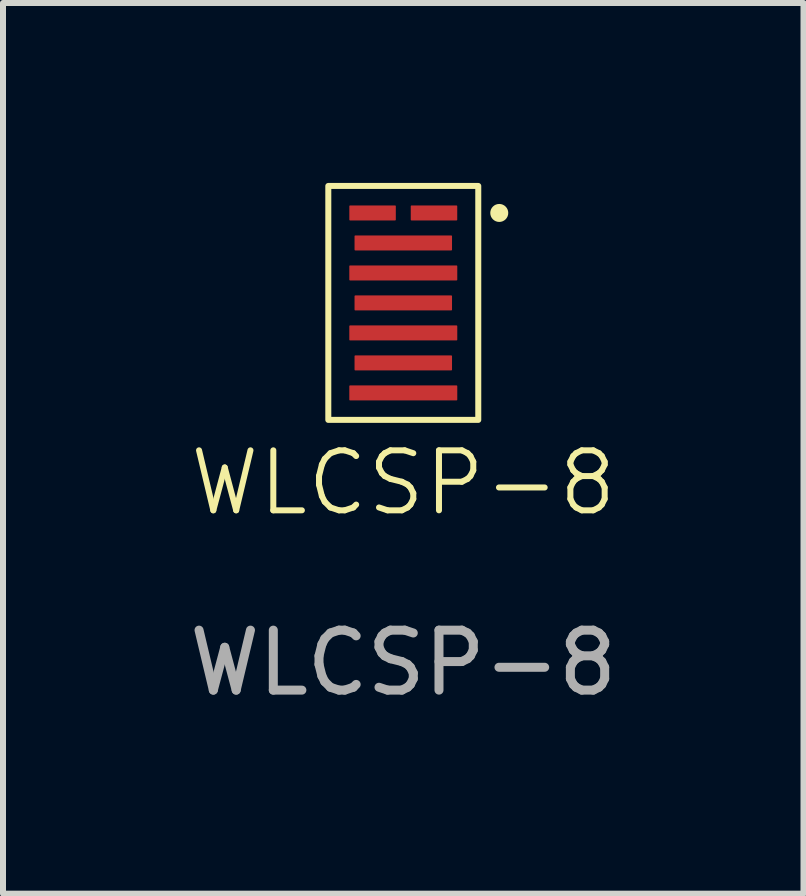
<source format=kicad_pcb>
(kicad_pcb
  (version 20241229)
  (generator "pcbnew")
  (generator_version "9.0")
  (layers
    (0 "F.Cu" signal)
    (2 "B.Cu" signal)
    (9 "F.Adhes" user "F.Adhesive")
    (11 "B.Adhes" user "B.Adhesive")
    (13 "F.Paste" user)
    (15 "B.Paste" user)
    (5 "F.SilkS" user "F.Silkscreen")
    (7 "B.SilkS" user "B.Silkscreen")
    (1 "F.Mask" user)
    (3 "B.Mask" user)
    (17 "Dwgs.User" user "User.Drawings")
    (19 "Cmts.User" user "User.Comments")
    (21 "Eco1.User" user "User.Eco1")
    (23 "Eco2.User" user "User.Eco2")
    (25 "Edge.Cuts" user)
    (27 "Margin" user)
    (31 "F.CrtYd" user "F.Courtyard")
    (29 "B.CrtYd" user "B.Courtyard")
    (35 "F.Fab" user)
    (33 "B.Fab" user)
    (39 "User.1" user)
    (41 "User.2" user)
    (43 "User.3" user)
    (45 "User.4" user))
  (footprint "WLCSP-8"
    (layer "F.Cu")
    (at 3.673 2)
    (property "Reference" "WLCSP-8" (at 0 3 0) (unlocked yes) (layer "F.SilkS") (effects (font (size 1 1) (thickness 0.1))))
    (attr smd)
    (fp_rect (start -1.25 -1.95) (end 1.25 1.95) (stroke (width 0.1) (type default)) (fill no) (layer "F.SilkS"))
    (fp_circle (center 1.6 -1.5) (end 1.7 -1.5) (stroke (width 0.1) (type solid)) (fill yes) (layer "F.SilkS"))
    (fp_text user "${REFERENCE}" (at 0 6 0) (unlocked yes) (layer "F.Fab") (effects (font (size 1 1) (thickness 0.15))))
    (pad "1" smd roundrect (at 0.512 -1.5) (size 0.775 0.25) (layers "F.Cu" "F.Mask" "F.Paste") (roundrect_rratio 0.05))
    (pad "2" smd roundrect (at -0.512 -1.5) (size 0.775 0.25) (layers "F.Cu" "F.Mask" "F.Paste") (roundrect_rratio 0.05))
    (pad "2" smd roundrect (at 0 -0.5) (size 1.8 0.25) (layers "F.Cu" "F.Mask" "F.Paste") (roundrect_rratio 0.05))
    (pad "2" smd roundrect (at 0 0.5) (size 1.8 0.25) (layers "F.Cu" "F.Mask" "F.Paste") (roundrect_rratio 0.05))
    (pad "2" smd roundrect (at 0 1.5) (size 1.8 0.25) (layers "F.Cu" "F.Mask" "F.Paste") (roundrect_rratio 0.05))
    (pad "3" smd roundrect (at 0 -1) (size 1.625 0.25) (layers "F.Cu" "F.Mask" "F.Paste") (roundrect_rratio 0.05))
    (pad "3" smd roundrect (at 0 0) (size 1.625 0.25) (layers "F.Cu" "F.Mask" "F.Paste") (roundrect_rratio 0.05))
    (pad "3" smd roundrect (at 0 1) (size 1.625 0.25) (layers "F.Cu" "F.Mask" "F.Paste") (roundrect_rratio 0.05)))
  (gr_rect
    (start -3 -3)
    (end 10.345 11.848)
    (stroke (width 0.1) (type default))
    (fill no)
    (layer "Edge.Cuts")))
</source>
